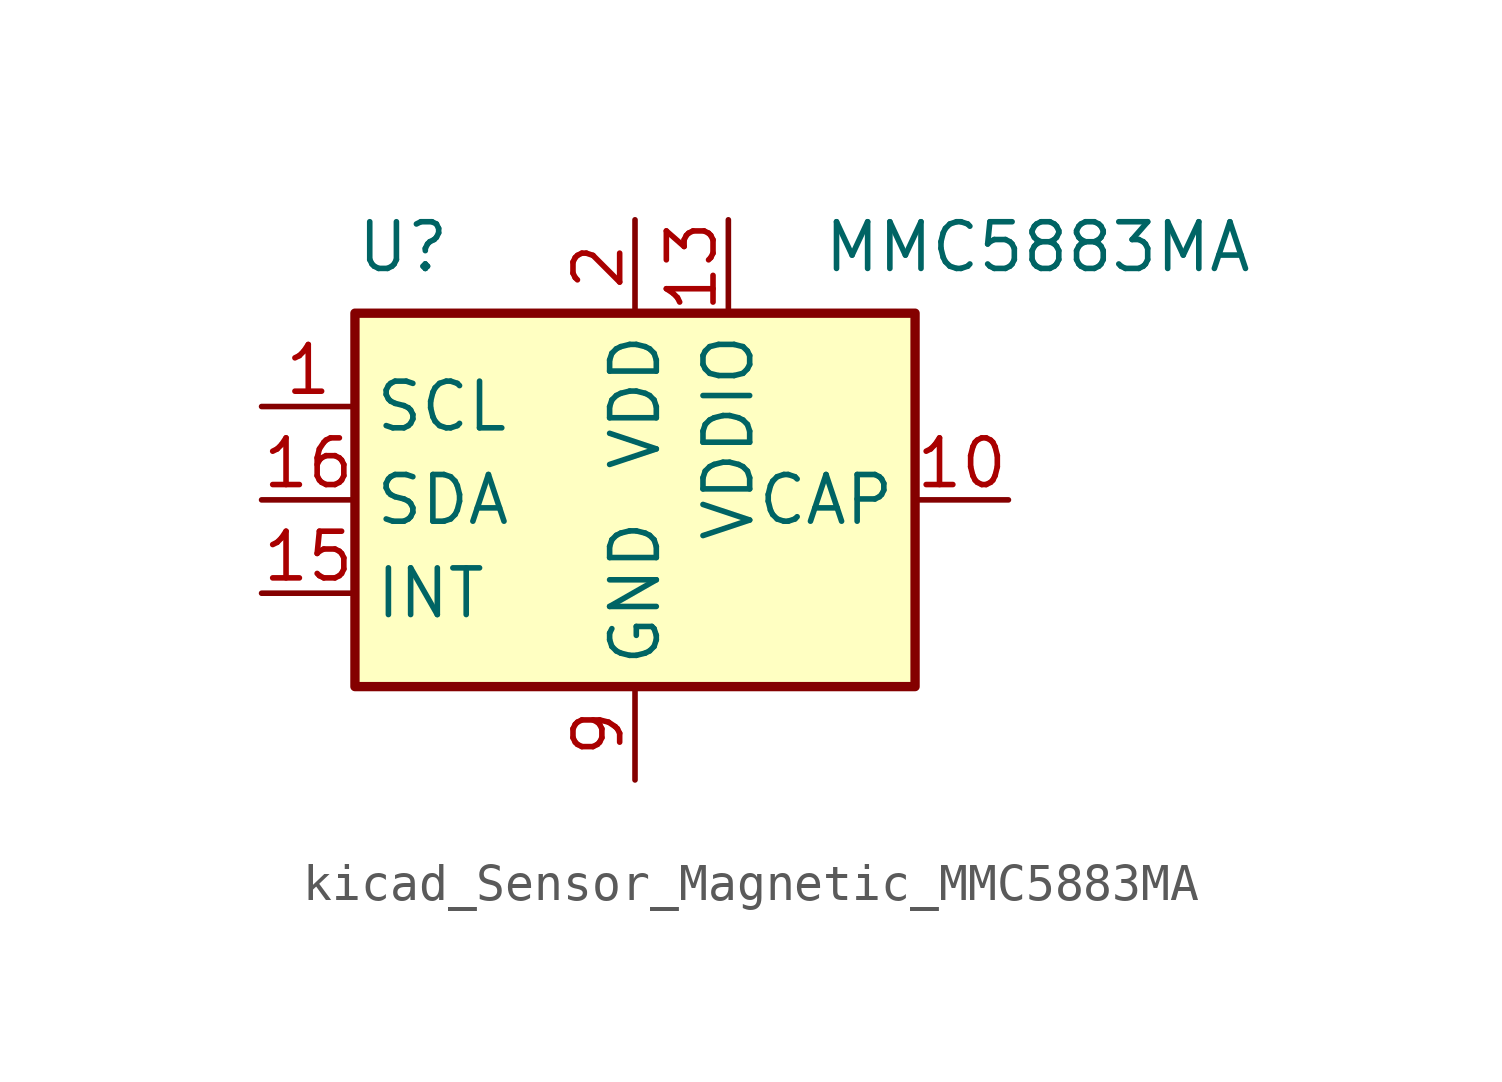
<source format=kicad_sym>
(kicad_symbol_lib
  (version 20220914)
  (generator kicad_symbol_editor)
  (symbol "kicad_Sensor_Magnetic_MMC5883MA"
    (property "Reference" "U"
      (at -7.62 7.62 0)
      (effects (font (size 1.27 1.27)) (justify left top)))
    (property "Value" "MMC5883MA"
      (at 5.08 7.62 0)
      (effects (font (size 1.27 1.27)) (justify left top)))
    (symbol "kicad_Sensor_Magnetic_MMC5883MA_0_1"
      (rectangle (start -7.62 -5.08) (end 7.62 5.08) (stroke (width 0.254) (type default)) (fill (type background))))
    (symbol "kicad_Sensor_Magnetic_MMC5883MA_1_1"
      (pin input line (at -10.16 2.54 0) (length 2.54) (name "SCL" (effects (font (size 1.27 1.27)))) (number "1" (effects (font (size 1.27 1.27)))))
      (pin passive line (at 10.16 0 180) (length 2.54) (name "CAP" (effects (font (size 1.27 1.27)))) (number "10" (effects (font (size 1.27 1.27)))))
      (pin passive line (at 0 -7.62 90) (length 2.54) hide (name "GND" (effects (font (size 1.27 1.27)))) (number "11" (effects (font (size 1.27 1.27)))))
      (pin no_connect line (at 5.08 -5.08 90) (length 2.54) hide (name "NC" (effects (font (size 1.27 1.27)))) (number "12" (effects (font (size 1.27 1.27)))))
      (pin power_in line (at 2.54 7.62 270) (length 2.54) (name "VDDIO" (effects (font (size 1.27 1.27)))) (number "13" (effects (font (size 1.27 1.27)))))
      (pin no_connect line (at -2.54 -5.08 90) (length 2.54) hide (name "NC" (effects (font (size 1.27 1.27)))) (number "14" (effects (font (size 1.27 1.27)))))
      (pin output line (at -10.16 -2.54 0) (length 2.54) (name "INT" (effects (font (size 1.27 1.27)))) (number "15" (effects (font (size 1.27 1.27)))))
      (pin bidirectional line (at -10.16 0 0) (length 2.54) (name "SDA" (effects (font (size 1.27 1.27)))) (number "16" (effects (font (size 1.27 1.27)))))
      (pin power_in line (at 0 7.62 270) (length 2.54) (name "VDD" (effects (font (size 1.27 1.27)))) (number "2" (effects (font (size 1.27 1.27)))))
      (pin no_connect line (at 7.62 -5.08 180) (length 2.54) hide (name "NC" (effects (font (size 1.27 1.27)))) (number "3" (effects (font (size 1.27 1.27)))))
      (pin no_connect line (at 7.62 2.54 180) (length 2.54) hide (name "NC" (effects (font (size 1.27 1.27)))) (number "4" (effects (font (size 1.27 1.27)))))
      (pin no_connect line (at 7.62 5.08 180) (length 2.54) hide (name "NC" (effects (font (size 1.27 1.27)))) (number "5" (effects (font (size 1.27 1.27)))))
      (pin no_connect line (at 7.62 -2.54 180) (length 2.54) hide (name "NC" (effects (font (size 1.27 1.27)))) (number "6" (effects (font (size 1.27 1.27)))))
      (pin no_connect line (at -5.08 -5.08 90) (length 2.54) hide (name "NC" (effects (font (size 1.27 1.27)))) (number "7" (effects (font (size 1.27 1.27)))))
      (pin no_connect line (at 2.54 -5.08 90) (length 2.54) hide (name "NC" (effects (font (size 1.27 1.27)))) (number "8" (effects (font (size 1.27 1.27)))))
      (pin power_in line (at 0 -7.62 90) (length 2.54) (name "GND" (effects (font (size 1.27 1.27)))) (number "9" (effects (font (size 1.27 1.27))))))))
</source>
